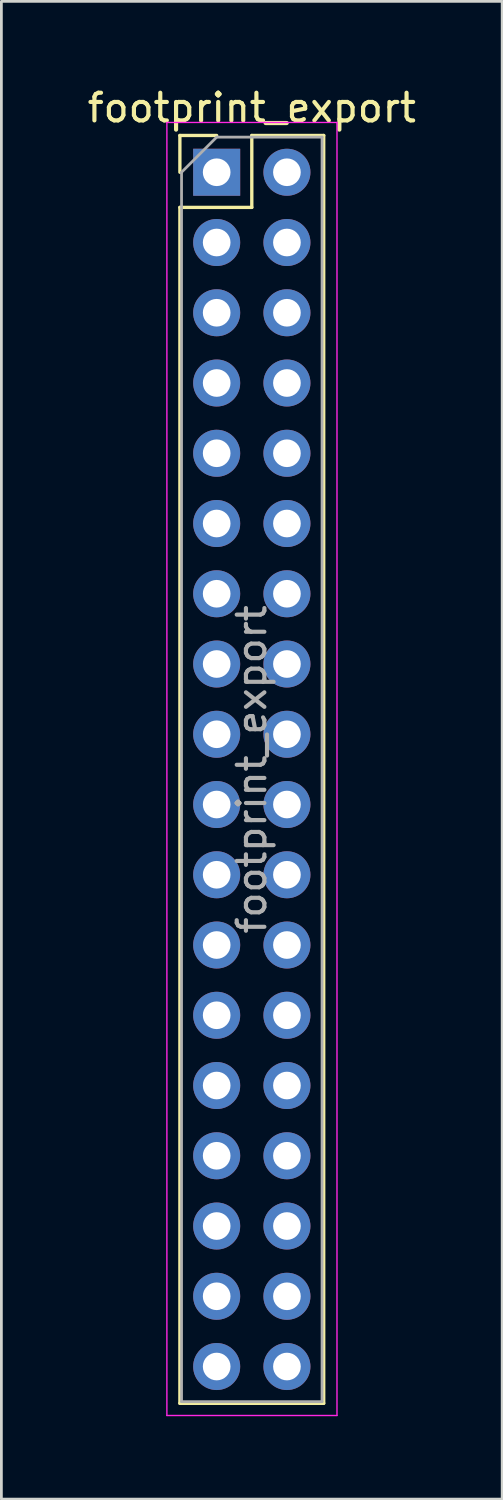
<source format=kicad_pcb>
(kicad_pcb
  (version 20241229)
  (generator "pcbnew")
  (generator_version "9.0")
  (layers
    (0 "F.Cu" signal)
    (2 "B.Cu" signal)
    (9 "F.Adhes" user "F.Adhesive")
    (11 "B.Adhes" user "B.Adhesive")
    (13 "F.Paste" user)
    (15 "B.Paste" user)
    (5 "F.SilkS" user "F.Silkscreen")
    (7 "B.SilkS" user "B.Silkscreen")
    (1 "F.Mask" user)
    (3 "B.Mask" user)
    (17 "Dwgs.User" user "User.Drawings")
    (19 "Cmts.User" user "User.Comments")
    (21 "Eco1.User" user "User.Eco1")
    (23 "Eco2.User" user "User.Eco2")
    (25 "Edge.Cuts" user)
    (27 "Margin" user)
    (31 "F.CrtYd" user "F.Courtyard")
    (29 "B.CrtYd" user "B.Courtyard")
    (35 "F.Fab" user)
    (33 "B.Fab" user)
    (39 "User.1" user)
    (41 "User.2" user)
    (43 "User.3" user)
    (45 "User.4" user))
  (footprint "footprint_export"
    (layer "F.Cu")
    (at 4.784 3.178)
    (property "Reference" "footprint_export" (at 1.27 -2.33 0) (layer "F.SilkS") (effects (font (size 1 1) (thickness 0.15))))
    (attr through_hole)
    (fp_line (start -1.33 -1.33) (end 0 -1.33) (stroke (width 0.12) (type solid)) (layer "F.SilkS"))
    (fp_line (start -1.33 0) (end -1.33 -1.33) (stroke (width 0.12) (type solid)) (layer "F.SilkS"))
    (fp_line (start -1.33 1.27) (end -1.33 44.51) (stroke (width 0.12) (type solid)) (layer "F.SilkS"))
    (fp_line (start -1.33 1.27) (end 1.27 1.27) (stroke (width 0.12) (type solid)) (layer "F.SilkS"))
    (fp_line (start -1.33 44.51) (end 3.87 44.51) (stroke (width 0.12) (type solid)) (layer "F.SilkS"))
    (fp_line (start 1.27 -1.33) (end 3.87 -1.33) (stroke (width 0.12) (type solid)) (layer "F.SilkS"))
    (fp_line (start 1.27 1.27) (end 1.27 -1.33) (stroke (width 0.12) (type solid)) (layer "F.SilkS"))
    (fp_line (start 3.87 -1.33) (end 3.87 44.51) (stroke (width 0.12) (type solid)) (layer "F.SilkS"))
    (fp_line (start -1.8 -1.8) (end -1.8 44.95) (stroke (width 0.05) (type solid)) (layer "F.CrtYd"))
    (fp_line (start -1.8 44.95) (end 4.35 44.95) (stroke (width 0.05) (type solid)) (layer "F.CrtYd"))
    (fp_line (start 4.35 -1.8) (end -1.8 -1.8) (stroke (width 0.05) (type solid)) (layer "F.CrtYd"))
    (fp_line (start 4.35 44.95) (end 4.35 -1.8) (stroke (width 0.05) (type solid)) (layer "F.CrtYd"))
    (fp_line (start -1.27 0) (end 0 -1.27) (stroke (width 0.1) (type solid)) (layer "F.Fab"))
    (fp_line (start -1.27 44.45) (end -1.27 0) (stroke (width 0.1) (type solid)) (layer "F.Fab"))
    (fp_line (start 0 -1.27) (end 3.81 -1.27) (stroke (width 0.1) (type solid)) (layer "F.Fab"))
    (fp_line (start 3.81 -1.27) (end 3.81 44.45) (stroke (width 0.1) (type solid)) (layer "F.Fab"))
    (fp_line (start 3.81 44.45) (end -1.27 44.45) (stroke (width 0.1) (type solid)) (layer "F.Fab"))
    (fp_text user "${REFERENCE}" (at 1.27 21.59 90) (layer "F.Fab") (effects (font (size 1 1) (thickness 0.15))))
    (pad "1" thru_hole rect (at 0 0) (size 1.7 1.7) (drill 1) (layers "*.Cu" "*.Mask"))
    (pad "2" thru_hole oval (at 2.54 0) (size 1.7 1.7) (drill 1) (layers "*.Cu" "*.Mask"))
    (pad "3" thru_hole oval (at 0 2.54) (size 1.7 1.7) (drill 1) (layers "*.Cu" "*.Mask"))
    (pad "4" thru_hole oval (at 2.54 2.54) (size 1.7 1.7) (drill 1) (layers "*.Cu" "*.Mask"))
    (pad "5" thru_hole oval (at 0 5.08) (size 1.7 1.7) (drill 1) (layers "*.Cu" "*.Mask"))
    (pad "6" thru_hole oval (at 2.54 5.08) (size 1.7 1.7) (drill 1) (layers "*.Cu" "*.Mask"))
    (pad "7" thru_hole oval (at 0 7.62) (size 1.7 1.7) (drill 1) (layers "*.Cu" "*.Mask"))
    (pad "8" thru_hole oval (at 2.54 7.62) (size 1.7 1.7) (drill 1) (layers "*.Cu" "*.Mask"))
    (pad "9" thru_hole oval (at 0 10.16) (size 1.7 1.7) (drill 1) (layers "*.Cu" "*.Mask"))
    (pad "10" thru_hole oval (at 2.54 10.16) (size 1.7 1.7) (drill 1) (layers "*.Cu" "*.Mask"))
    (pad "11" thru_hole oval (at 0 12.7) (size 1.7 1.7) (drill 1) (layers "*.Cu" "*.Mask"))
    (pad "12" thru_hole oval (at 2.54 12.7) (size 1.7 1.7) (drill 1) (layers "*.Cu" "*.Mask"))
    (pad "13" thru_hole oval (at 0 15.24) (size 1.7 1.7) (drill 1) (layers "*.Cu" "*.Mask"))
    (pad "14" thru_hole oval (at 2.54 15.24) (size 1.7 1.7) (drill 1) (layers "*.Cu" "*.Mask"))
    (pad "15" thru_hole oval (at 0 17.78) (size 1.7 1.7) (drill 1) (layers "*.Cu" "*.Mask"))
    (pad "16" thru_hole oval (at 2.54 17.78) (size 1.7 1.7) (drill 1) (layers "*.Cu" "*.Mask"))
    (pad "17" thru_hole oval (at 0 20.32) (size 1.7 1.7) (drill 1) (layers "*.Cu" "*.Mask"))
    (pad "18" thru_hole oval (at 2.54 20.32) (size 1.7 1.7) (drill 1) (layers "*.Cu" "*.Mask"))
    (pad "19" thru_hole oval (at 0 22.86) (size 1.7 1.7) (drill 1) (layers "*.Cu" "*.Mask"))
    (pad "20" thru_hole oval (at 2.54 22.86) (size 1.7 1.7) (drill 1) (layers "*.Cu" "*.Mask"))
    (pad "21" thru_hole oval (at 0 25.4) (size 1.7 1.7) (drill 1) (layers "*.Cu" "*.Mask"))
    (pad "22" thru_hole oval (at 2.54 25.4) (size 1.7 1.7) (drill 1) (layers "*.Cu" "*.Mask"))
    (pad "23" thru_hole oval (at 0 27.94) (size 1.7 1.7) (drill 1) (layers "*.Cu" "*.Mask"))
    (pad "24" thru_hole oval (at 2.54 27.94) (size 1.7 1.7) (drill 1) (layers "*.Cu" "*.Mask"))
    (pad "25" thru_hole oval (at 0 30.48) (size 1.7 1.7) (drill 1) (layers "*.Cu" "*.Mask"))
    (pad "26" thru_hole oval (at 2.54 30.48) (size 1.7 1.7) (drill 1) (layers "*.Cu" "*.Mask"))
    (pad "27" thru_hole oval (at 0 33.02) (size 1.7 1.7) (drill 1) (layers "*.Cu" "*.Mask"))
    (pad "28" thru_hole oval (at 2.54 33.02) (size 1.7 1.7) (drill 1) (layers "*.Cu" "*.Mask"))
    (pad "29" thru_hole oval (at 0 35.56) (size 1.7 1.7) (drill 1) (layers "*.Cu" "*.Mask"))
    (pad "30" thru_hole oval (at 2.54 35.56) (size 1.7 1.7) (drill 1) (layers "*.Cu" "*.Mask"))
    (pad "31" thru_hole oval (at 0 38.1) (size 1.7 1.7) (drill 1) (layers "*.Cu" "*.Mask"))
    (pad "32" thru_hole oval (at 2.54 38.1) (size 1.7 1.7) (drill 1) (layers "*.Cu" "*.Mask"))
    (pad "33" thru_hole oval (at 0 40.64) (size 1.7 1.7) (drill 1) (layers "*.Cu" "*.Mask"))
    (pad "34" thru_hole oval (at 2.54 40.64) (size 1.7 1.7) (drill 1) (layers "*.Cu" "*.Mask"))
    (pad "35" thru_hole oval (at 0 43.18) (size 1.7 1.7) (drill 1) (layers "*.Cu" "*.Mask"))
    (pad "36" thru_hole oval (at 2.54 43.18) (size 1.7 1.7) (drill 1) (layers "*.Cu" "*.Mask")))
  (gr_rect
    (start -3 -3)
    (end 15.107 51.153)
    (stroke (width 0.1) (type default))
    (fill no)
    (layer "Edge.Cuts")))
</source>
